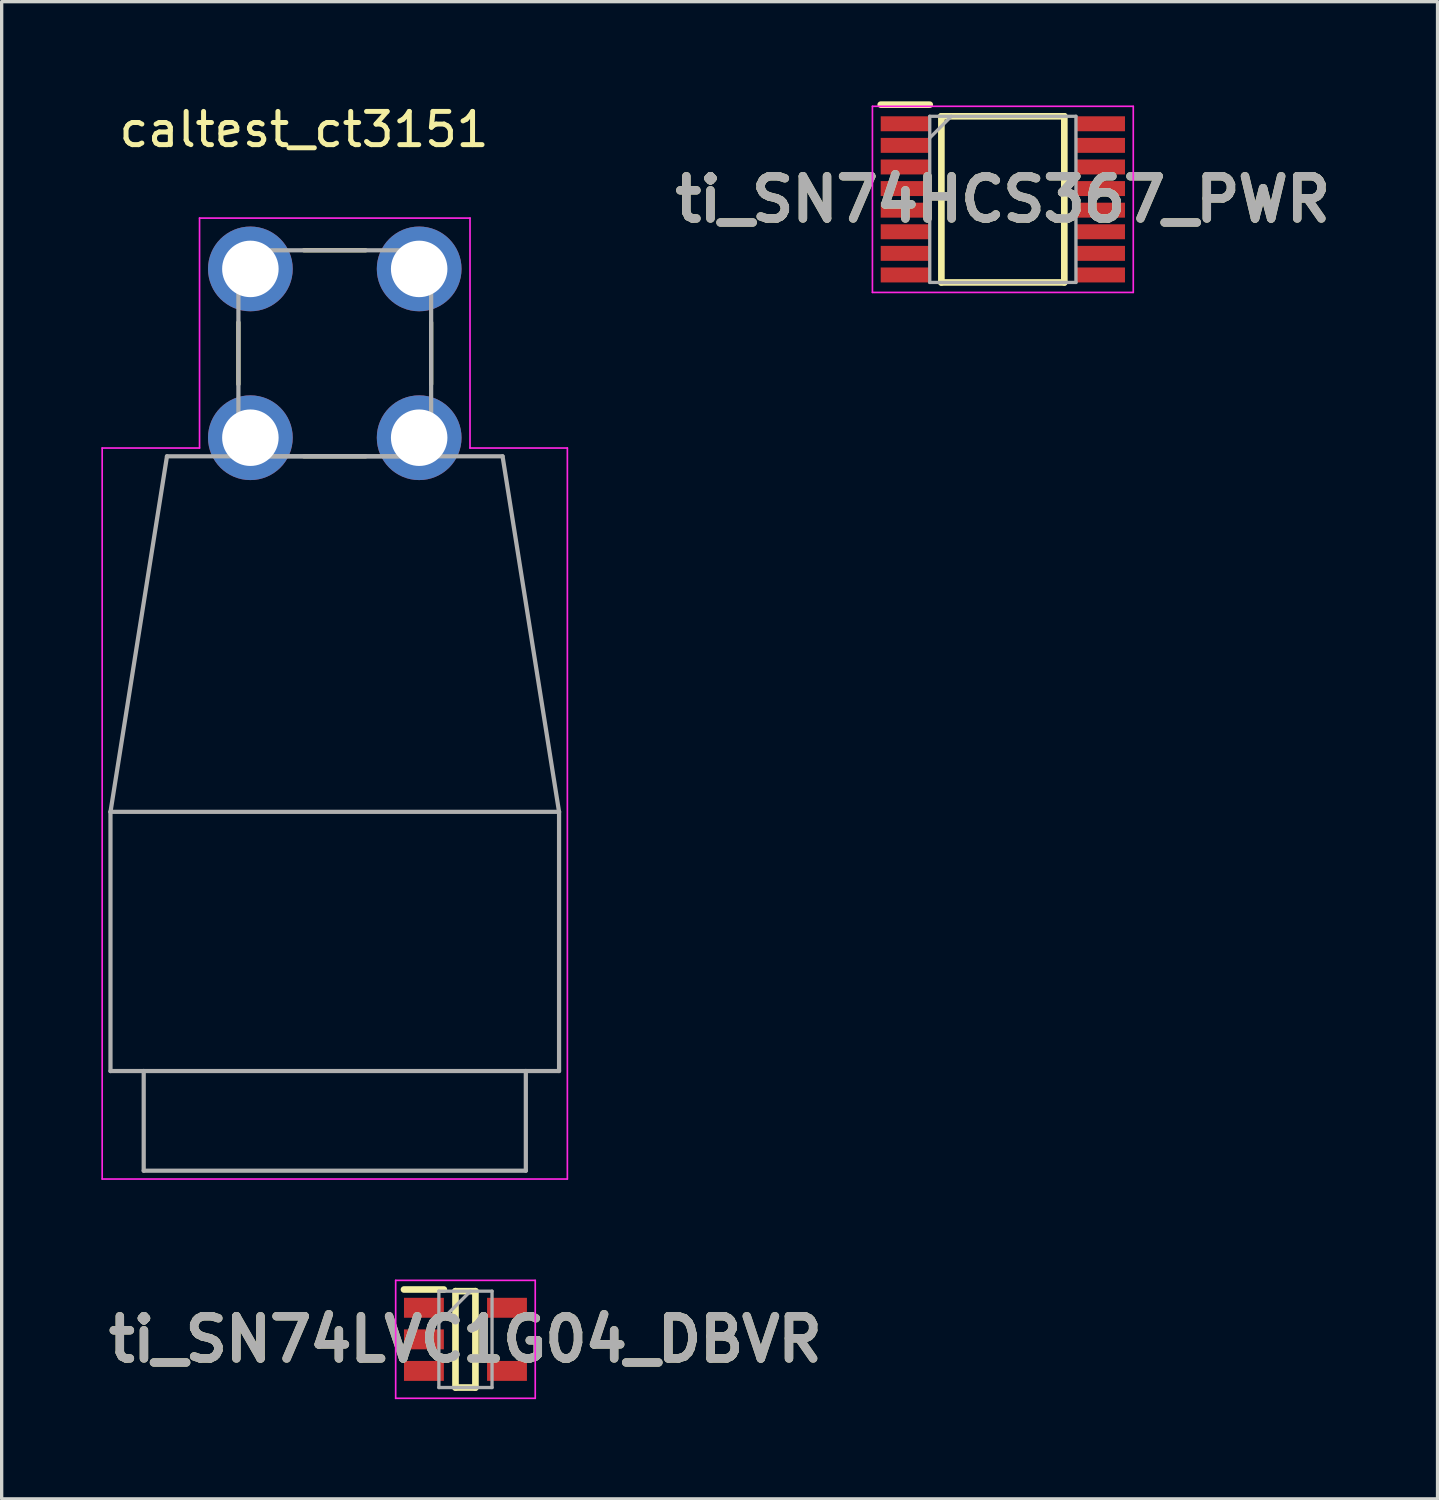
<source format=kicad_pcb>
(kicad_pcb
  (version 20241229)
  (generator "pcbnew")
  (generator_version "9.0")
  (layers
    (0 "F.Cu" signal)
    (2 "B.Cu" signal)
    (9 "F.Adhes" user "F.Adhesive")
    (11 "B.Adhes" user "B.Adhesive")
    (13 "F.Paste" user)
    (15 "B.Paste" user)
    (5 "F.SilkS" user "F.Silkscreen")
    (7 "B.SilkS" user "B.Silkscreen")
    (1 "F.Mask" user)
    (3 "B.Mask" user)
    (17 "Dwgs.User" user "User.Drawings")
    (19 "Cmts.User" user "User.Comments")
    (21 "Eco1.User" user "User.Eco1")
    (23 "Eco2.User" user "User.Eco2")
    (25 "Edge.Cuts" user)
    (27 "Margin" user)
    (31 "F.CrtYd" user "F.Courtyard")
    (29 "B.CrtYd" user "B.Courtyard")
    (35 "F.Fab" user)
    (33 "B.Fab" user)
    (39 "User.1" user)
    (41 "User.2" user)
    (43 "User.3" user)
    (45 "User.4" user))
  (footprint "caltest_ct3151"
    (layer "F.Cu")
    (at 7.025 7.583)
    (property "Reference" "caltest_ct3151" (at -0.925 -6.735 0) (layer "F.SilkS") (effects (font (size 1 1) (thickness 0.15))))
    (attr through_hole)
    (fp_line (start -2.9 -0.93) (end -2.9 0.93) (stroke (width 0.127) (type solid)) (layer "F.SilkS"))
    (fp_line (start -0.93 -3.1) (end 0.93 -3.1) (stroke (width 0.127) (type solid)) (layer "F.SilkS"))
    (fp_line (start -0.93 3.1) (end 0.93 3.1) (stroke (width 0.127) (type solid)) (layer "F.SilkS"))
    (fp_line (start 2.9 -0.93) (end 2.9 0.93) (stroke (width 0.127) (type solid)) (layer "F.SilkS"))
    (fp_line (start -7 2.85) (end -4.07 2.85) (stroke (width 0.05) (type solid)) (layer "F.CrtYd"))
    (fp_line (start -7 24.85) (end -7 2.85) (stroke (width 0.05) (type solid)) (layer "F.CrtYd"))
    (fp_line (start -4.07 -4.07) (end 4.07 -4.07) (stroke (width 0.05) (type solid)) (layer "F.CrtYd"))
    (fp_line (start -4.07 2.85) (end -4.07 -4.07) (stroke (width 0.05) (type solid)) (layer "F.CrtYd"))
    (fp_line (start 4.07 -4.07) (end 4.07 2.85) (stroke (width 0.05) (type solid)) (layer "F.CrtYd"))
    (fp_line (start 4.07 2.85) (end 7 2.85) (stroke (width 0.05) (type solid)) (layer "F.CrtYd"))
    (fp_line (start 7 2.85) (end 7 24.85) (stroke (width 0.05) (type solid)) (layer "F.CrtYd"))
    (fp_line (start 7 24.85) (end -7 24.85) (stroke (width 0.05) (type solid)) (layer "F.CrtYd"))
    (fp_line (start -6.75 13.8) (end -6.75 21.6) (stroke (width 0.127) (type solid)) (layer "F.Fab"))
    (fp_line (start -6.75 13.8) (end 6.75 13.8) (stroke (width 0.127) (type solid)) (layer "F.Fab"))
    (fp_line (start -6.75 21.6) (end -5.75 21.6) (stroke (width 0.127) (type solid)) (layer "F.Fab"))
    (fp_line (start -5.75 21.6) (end -5.75 24.6) (stroke (width 0.127) (type solid)) (layer "F.Fab"))
    (fp_line (start -5.75 21.6) (end 5.75 21.6) (stroke (width 0.127) (type solid)) (layer "F.Fab"))
    (fp_line (start -5.75 24.6) (end 5.75 24.6) (stroke (width 0.127) (type solid)) (layer "F.Fab"))
    (fp_line (start -5.05 3.1) (end -6.75 13.8) (stroke (width 0.127) (type solid)) (layer "F.Fab"))
    (fp_line (start -5.05 3.1) (end 5.05 3.1) (stroke (width 0.127) (type solid)) (layer "F.Fab"))
    (fp_line (start -2.9 -3.1) (end 2.9 -3.1) (stroke (width 0.127) (type solid)) (layer "F.Fab"))
    (fp_line (start -2.9 3.1) (end -2.9 -3.1) (stroke (width 0.127) (type solid)) (layer "F.Fab"))
    (fp_line (start 2.9 -3.1) (end 2.9 3.1) (stroke (width 0.127) (type solid)) (layer "F.Fab"))
    (fp_line (start 2.9 3.1) (end -2.9 3.1) (stroke (width 0.127) (type solid)) (layer "F.Fab"))
    (fp_line (start 5.05 3.1) (end 6.75 13.8) (stroke (width 0.127) (type solid)) (layer "F.Fab"))
    (fp_line (start 5.75 21.6) (end 6.75 21.6) (stroke (width 0.127) (type solid)) (layer "F.Fab"))
    (fp_line (start 5.75 24.6) (end 5.75 21.6) (stroke (width 0.127) (type solid)) (layer "F.Fab"))
    (fp_line (start 6.75 21.6) (end 6.75 13.8) (stroke (width 0.127) (type solid)) (layer "F.Fab"))
    (pad "1" thru_hole circle (at -2.54 -2.54) (size 2.55 2.55) (drill 1.7) (layers "*.Cu" "*.Mask"))
    (pad "2" thru_hole circle (at 2.54 -2.54) (size 2.55 2.55) (drill 1.7) (layers "*.Cu" "*.Mask"))
    (pad "3" thru_hole circle (at -2.54 2.54) (size 2.55 2.55) (drill 1.7) (layers "*.Cu" "*.Mask"))
    (pad "4" thru_hole circle (at 2.54 2.54) (size 2.55 2.55) (drill 1.7) (layers "*.Cu" "*.Mask")))
  (footprint "ti_SN74LVC1G04_DBVR"
    (layer "F.Cu")
    (at 10.958 37.258)
    (property "Reference" "ti_SN74LVC1G04_DBVR" (at 0 0 0) (layer "F.SilkS") (effects (font (size 1.27 1.27) (thickness 0.254))))
    (attr smd)
    (fp_line (start -1.85 -1.5) (end -0.65 -1.5) (stroke (width 0.2) (type solid)) (layer "F.SilkS"))
    (fp_line (start -0.3 -1.45) (end 0.3 -1.45) (stroke (width 0.2) (type solid)) (layer "F.SilkS"))
    (fp_line (start -0.3 1.45) (end -0.3 -1.45) (stroke (width 0.2) (type solid)) (layer "F.SilkS"))
    (fp_line (start 0.3 -1.45) (end 0.3 1.45) (stroke (width 0.2) (type solid)) (layer "F.SilkS"))
    (fp_line (start 0.3 1.45) (end -0.3 1.45) (stroke (width 0.2) (type solid)) (layer "F.SilkS"))
    (fp_line (start -2.1 -1.775) (end 2.1 -1.775) (stroke (width 0.05) (type solid)) (layer "F.CrtYd"))
    (fp_line (start -2.1 1.775) (end -2.1 -1.775) (stroke (width 0.05) (type solid)) (layer "F.CrtYd"))
    (fp_line (start 2.1 -1.775) (end 2.1 1.775) (stroke (width 0.05) (type solid)) (layer "F.CrtYd"))
    (fp_line (start 2.1 1.775) (end -2.1 1.775) (stroke (width 0.05) (type solid)) (layer "F.CrtYd"))
    (fp_line (start -0.8 -1.45) (end 0.8 -1.45) (stroke (width 0.1) (type solid)) (layer "F.Fab"))
    (fp_line (start -0.8 -0.5) (end 0.15 -1.45) (stroke (width 0.1) (type solid)) (layer "F.Fab"))
    (fp_line (start -0.8 1.45) (end -0.8 -1.45) (stroke (width 0.1) (type solid)) (layer "F.Fab"))
    (fp_line (start 0.8 -1.45) (end 0.8 1.45) (stroke (width 0.1) (type solid)) (layer "F.Fab"))
    (fp_line (start 0.8 1.45) (end -0.8 1.45) (stroke (width 0.1) (type solid)) (layer "F.Fab"))
    (fp_text user "${REFERENCE}" (at 0 0 0) (layer "F.Fab") (effects (font (size 1.27 1.27) (thickness 0.254))))
    (pad "1" smd rect (at -1.25 -0.95 90) (size 0.6 1.2) (layers "F.Cu" "F.Mask" "F.Paste"))
    (pad "2" smd rect (at -1.25 0 90) (size 0.6 1.2) (layers "F.Cu" "F.Mask" "F.Paste"))
    (pad "3" smd rect (at -1.25 0.95 90) (size 0.6 1.2) (layers "F.Cu" "F.Mask" "F.Paste"))
    (pad "4" smd rect (at 1.25 0.95 90) (size 0.6 1.2) (layers "F.Cu" "F.Mask" "F.Paste"))
    (pad "5" smd rect (at 1.25 -0.95 90) (size 0.6 1.2) (layers "F.Cu" "F.Mask" "F.Paste")))
  (footprint "ti_SN74HCS367_PWR"
    (layer "F.Cu")
    (at 27.131 2.95)
    (property "Reference" "ti_SN74HCS367_PWR" (at 0 0 0) (layer "F.SilkS") (effects (font (size 1.27 1.27) (thickness 0.254))))
    (attr smd)
    (fp_line (start -3.675 -2.85) (end -2.2 -2.85) (stroke (width 0.2) (type solid)) (layer "F.SilkS"))
    (fp_line (start -1.85 -2.5) (end 1.85 -2.5) (stroke (width 0.2) (type solid)) (layer "F.SilkS"))
    (fp_line (start -1.85 2.5) (end -1.85 -2.5) (stroke (width 0.2) (type solid)) (layer "F.SilkS"))
    (fp_line (start 1.85 -2.5) (end 1.85 2.5) (stroke (width 0.2) (type solid)) (layer "F.SilkS"))
    (fp_line (start 1.85 2.5) (end -1.85 2.5) (stroke (width 0.2) (type solid)) (layer "F.SilkS"))
    (fp_line (start -3.925 -2.8) (end 3.925 -2.8) (stroke (width 0.05) (type solid)) (layer "F.CrtYd"))
    (fp_line (start -3.925 2.8) (end -3.925 -2.8) (stroke (width 0.05) (type solid)) (layer "F.CrtYd"))
    (fp_line (start 3.925 -2.8) (end 3.925 2.8) (stroke (width 0.05) (type solid)) (layer "F.CrtYd"))
    (fp_line (start 3.925 2.8) (end -3.925 2.8) (stroke (width 0.05) (type solid)) (layer "F.CrtYd"))
    (fp_line (start -2.2 -2.5) (end 2.2 -2.5) (stroke (width 0.1) (type solid)) (layer "F.Fab"))
    (fp_line (start -2.2 -1.85) (end -1.55 -2.5) (stroke (width 0.1) (type solid)) (layer "F.Fab"))
    (fp_line (start -2.2 2.5) (end -2.2 -2.5) (stroke (width 0.1) (type solid)) (layer "F.Fab"))
    (fp_line (start 2.2 -2.5) (end 2.2 2.5) (stroke (width 0.1) (type solid)) (layer "F.Fab"))
    (fp_line (start 2.2 2.5) (end -2.2 2.5) (stroke (width 0.1) (type solid)) (layer "F.Fab"))
    (fp_text user "${REFERENCE}" (at 0 0 0) (layer "F.Fab") (effects (font (size 1.27 1.27) (thickness 0.254))))
    (pad "1" smd rect (at -2.938 -2.275 90) (size 0.45 1.475) (layers "F.Cu" "F.Mask" "F.Paste"))
    (pad "2" smd rect (at -2.938 -1.625 90) (size 0.45 1.475) (layers "F.Cu" "F.Mask" "F.Paste"))
    (pad "3" smd rect (at -2.938 -0.975 90) (size 0.45 1.475) (layers "F.Cu" "F.Mask" "F.Paste"))
    (pad "4" smd rect (at -2.938 -0.325 90) (size 0.45 1.475) (layers "F.Cu" "F.Mask" "F.Paste"))
    (pad "5" smd rect (at -2.938 0.325 90) (size 0.45 1.475) (layers "F.Cu" "F.Mask" "F.Paste"))
    (pad "6" smd rect (at -2.938 0.975 90) (size 0.45 1.475) (layers "F.Cu" "F.Mask" "F.Paste"))
    (pad "7" smd rect (at -2.938 1.625 90) (size 0.45 1.475) (layers "F.Cu" "F.Mask" "F.Paste"))
    (pad "8" smd rect (at -2.938 2.275 90) (size 0.45 1.475) (layers "F.Cu" "F.Mask" "F.Paste"))
    (pad "9" smd rect (at 2.938 2.275 90) (size 0.45 1.475) (layers "F.Cu" "F.Mask" "F.Paste"))
    (pad "10" smd rect (at 2.938 1.625 90) (size 0.45 1.475) (layers "F.Cu" "F.Mask" "F.Paste"))
    (pad "11" smd rect (at 2.938 0.975 90) (size 0.45 1.475) (layers "F.Cu" "F.Mask" "F.Paste"))
    (pad "12" smd rect (at 2.938 0.325 90) (size 0.45 1.475) (layers "F.Cu" "F.Mask" "F.Paste"))
    (pad "13" smd rect (at 2.938 -0.325 90) (size 0.45 1.475) (layers "F.Cu" "F.Mask" "F.Paste"))
    (pad "14" smd rect (at 2.938 -0.975 90) (size 0.45 1.475) (layers "F.Cu" "F.Mask" "F.Paste"))
    (pad "15" smd rect (at 2.938 -1.625 90) (size 0.45 1.475) (layers "F.Cu" "F.Mask" "F.Paste"))
    (pad "16" smd rect (at 2.938 -2.275 90) (size 0.45 1.475) (layers "F.Cu" "F.Mask" "F.Paste")))
  (gr_rect
    (start -3 -3)
    (end 40.213 42.058)
    (stroke (width 0.1) (type default))
    (fill no)
    (layer "Edge.Cuts")))
</source>
